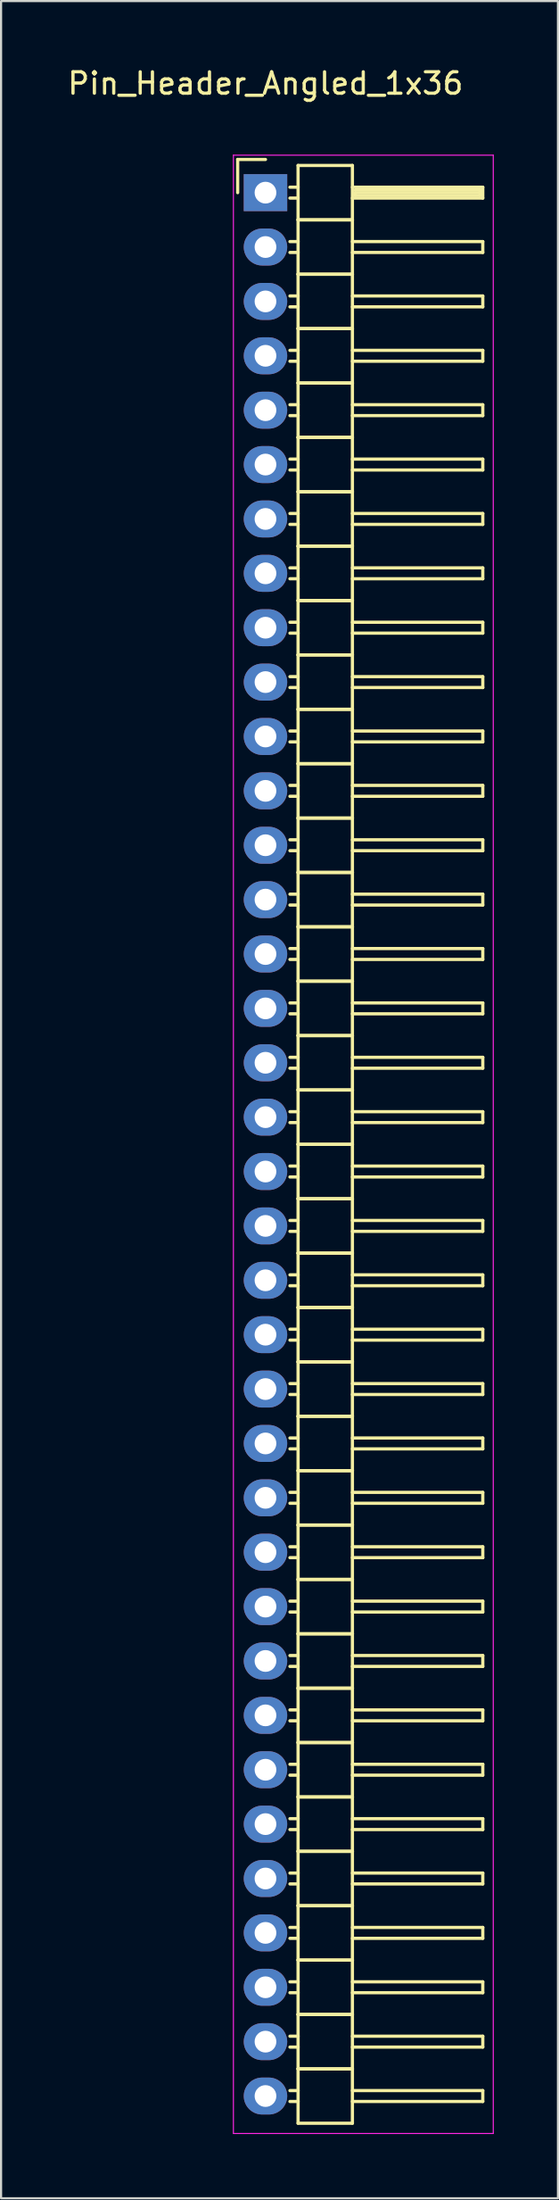
<source format=kicad_pcb>
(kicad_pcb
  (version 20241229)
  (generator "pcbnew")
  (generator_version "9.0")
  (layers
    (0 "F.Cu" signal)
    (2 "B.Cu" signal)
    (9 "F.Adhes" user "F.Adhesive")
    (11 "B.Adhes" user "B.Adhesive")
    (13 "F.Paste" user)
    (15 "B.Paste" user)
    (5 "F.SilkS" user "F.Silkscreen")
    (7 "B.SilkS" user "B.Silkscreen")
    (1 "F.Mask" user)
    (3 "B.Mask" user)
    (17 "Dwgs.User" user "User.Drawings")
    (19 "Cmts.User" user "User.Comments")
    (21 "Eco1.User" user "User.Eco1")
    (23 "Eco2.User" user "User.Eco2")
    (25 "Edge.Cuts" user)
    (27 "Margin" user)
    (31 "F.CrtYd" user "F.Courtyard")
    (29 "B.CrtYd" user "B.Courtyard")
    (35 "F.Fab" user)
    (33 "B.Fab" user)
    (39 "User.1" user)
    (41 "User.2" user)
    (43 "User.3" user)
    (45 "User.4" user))
  (footprint "Pin_Header_Angled_1x36"
    (layer "F.Cu")
    (at 9.363 5.948)
    (property "Reference" "Pin_Header_Angled_1x36" (at 0 -5.1 0) (layer "F.SilkS") (effects (font (size 1 1) (thickness 0.15))))
    (attr through_hole)
    (fp_line (start -1.3 -1.55) (end -1.3 0) (stroke (width 0.15) (type solid)) (layer "F.SilkS"))
    (fp_line (start 0 -1.55) (end -1.3 -1.55) (stroke (width 0.15) (type solid)) (layer "F.SilkS"))
    (fp_line (start 1.524 -1.27) (end 1.524 1.27) (stroke (width 0.15) (type solid)) (layer "F.SilkS"))
    (fp_line (start 1.524 -1.27) (end 4.064 -1.27) (stroke (width 0.15) (type solid)) (layer "F.SilkS"))
    (fp_line (start 1.524 -0.254) (end 1.143 -0.254) (stroke (width 0.15) (type solid)) (layer "F.SilkS"))
    (fp_line (start 1.524 0.254) (end 1.143 0.254) (stroke (width 0.15) (type solid)) (layer "F.SilkS"))
    (fp_line (start 1.524 1.27) (end 1.524 3.81) (stroke (width 0.15) (type solid)) (layer "F.SilkS"))
    (fp_line (start 1.524 1.27) (end 4.064 1.27) (stroke (width 0.15) (type solid)) (layer "F.SilkS"))
    (fp_line (start 1.524 1.27) (end 4.064 1.27) (stroke (width 0.15) (type solid)) (layer "F.SilkS"))
    (fp_line (start 1.524 2.286) (end 1.143 2.286) (stroke (width 0.15) (type solid)) (layer "F.SilkS"))
    (fp_line (start 1.524 2.794) (end 1.143 2.794) (stroke (width 0.15) (type solid)) (layer "F.SilkS"))
    (fp_line (start 1.524 3.81) (end 1.524 6.35) (stroke (width 0.15) (type solid)) (layer "F.SilkS"))
    (fp_line (start 1.524 3.81) (end 4.064 3.81) (stroke (width 0.15) (type solid)) (layer "F.SilkS"))
    (fp_line (start 1.524 3.81) (end 4.064 3.81) (stroke (width 0.15) (type solid)) (layer "F.SilkS"))
    (fp_line (start 1.524 4.826) (end 1.143 4.826) (stroke (width 0.15) (type solid)) (layer "F.SilkS"))
    (fp_line (start 1.524 5.334) (end 1.143 5.334) (stroke (width 0.15) (type solid)) (layer "F.SilkS"))
    (fp_line (start 1.524 6.35) (end 1.524 8.89) (stroke (width 0.15) (type solid)) (layer "F.SilkS"))
    (fp_line (start 1.524 6.35) (end 4.064 6.35) (stroke (width 0.15) (type solid)) (layer "F.SilkS"))
    (fp_line (start 1.524 6.35) (end 4.064 6.35) (stroke (width 0.15) (type solid)) (layer "F.SilkS"))
    (fp_line (start 1.524 7.366) (end 1.143 7.366) (stroke (width 0.15) (type solid)) (layer "F.SilkS"))
    (fp_line (start 1.524 7.874) (end 1.143 7.874) (stroke (width 0.15) (type solid)) (layer "F.SilkS"))
    (fp_line (start 1.524 8.89) (end 1.524 11.43) (stroke (width 0.15) (type solid)) (layer "F.SilkS"))
    (fp_line (start 1.524 8.89) (end 4.064 8.89) (stroke (width 0.15) (type solid)) (layer "F.SilkS"))
    (fp_line (start 1.524 8.89) (end 4.064 8.89) (stroke (width 0.15) (type solid)) (layer "F.SilkS"))
    (fp_line (start 1.524 9.906) (end 1.143 9.906) (stroke (width 0.15) (type solid)) (layer "F.SilkS"))
    (fp_line (start 1.524 10.414) (end 1.143 10.414) (stroke (width 0.15) (type solid)) (layer "F.SilkS"))
    (fp_line (start 1.524 11.43) (end 1.524 13.97) (stroke (width 0.15) (type solid)) (layer "F.SilkS"))
    (fp_line (start 1.524 11.43) (end 4.064 11.43) (stroke (width 0.15) (type solid)) (layer "F.SilkS"))
    (fp_line (start 1.524 11.43) (end 4.064 11.43) (stroke (width 0.15) (type solid)) (layer "F.SilkS"))
    (fp_line (start 1.524 12.446) (end 1.143 12.446) (stroke (width 0.15) (type solid)) (layer "F.SilkS"))
    (fp_line (start 1.524 12.954) (end 1.143 12.954) (stroke (width 0.15) (type solid)) (layer "F.SilkS"))
    (fp_line (start 1.524 13.97) (end 1.524 16.51) (stroke (width 0.15) (type solid)) (layer "F.SilkS"))
    (fp_line (start 1.524 13.97) (end 4.064 13.97) (stroke (width 0.15) (type solid)) (layer "F.SilkS"))
    (fp_line (start 1.524 13.97) (end 4.064 13.97) (stroke (width 0.15) (type solid)) (layer "F.SilkS"))
    (fp_line (start 1.524 14.986) (end 1.143 14.986) (stroke (width 0.15) (type solid)) (layer "F.SilkS"))
    (fp_line (start 1.524 15.494) (end 1.143 15.494) (stroke (width 0.15) (type solid)) (layer "F.SilkS"))
    (fp_line (start 1.524 16.51) (end 1.524 19.05) (stroke (width 0.15) (type solid)) (layer "F.SilkS"))
    (fp_line (start 1.524 16.51) (end 4.064 16.51) (stroke (width 0.15) (type solid)) (layer "F.SilkS"))
    (fp_line (start 1.524 16.51) (end 4.064 16.51) (stroke (width 0.15) (type solid)) (layer "F.SilkS"))
    (fp_line (start 1.524 17.526) (end 1.143 17.526) (stroke (width 0.15) (type solid)) (layer "F.SilkS"))
    (fp_line (start 1.524 18.034) (end 1.143 18.034) (stroke (width 0.15) (type solid)) (layer "F.SilkS"))
    (fp_line (start 1.524 19.05) (end 1.524 21.59) (stroke (width 0.15) (type solid)) (layer "F.SilkS"))
    (fp_line (start 1.524 19.05) (end 4.064 19.05) (stroke (width 0.15) (type solid)) (layer "F.SilkS"))
    (fp_line (start 1.524 19.05) (end 4.064 19.05) (stroke (width 0.15) (type solid)) (layer "F.SilkS"))
    (fp_line (start 1.524 20.066) (end 1.143 20.066) (stroke (width 0.15) (type solid)) (layer "F.SilkS"))
    (fp_line (start 1.524 20.574) (end 1.143 20.574) (stroke (width 0.15) (type solid)) (layer "F.SilkS"))
    (fp_line (start 1.524 21.59) (end 1.524 24.13) (stroke (width 0.15) (type solid)) (layer "F.SilkS"))
    (fp_line (start 1.524 21.59) (end 4.064 21.59) (stroke (width 0.15) (type solid)) (layer "F.SilkS"))
    (fp_line (start 1.524 21.59) (end 4.064 21.59) (stroke (width 0.15) (type solid)) (layer "F.SilkS"))
    (fp_line (start 1.524 22.606) (end 1.143 22.606) (stroke (width 0.15) (type solid)) (layer "F.SilkS"))
    (fp_line (start 1.524 23.114) (end 1.143 23.114) (stroke (width 0.15) (type solid)) (layer "F.SilkS"))
    (fp_line (start 1.524 24.13) (end 1.524 26.67) (stroke (width 0.15) (type solid)) (layer "F.SilkS"))
    (fp_line (start 1.524 24.13) (end 4.064 24.13) (stroke (width 0.15) (type solid)) (layer "F.SilkS"))
    (fp_line (start 1.524 24.13) (end 4.064 24.13) (stroke (width 0.15) (type solid)) (layer "F.SilkS"))
    (fp_line (start 1.524 25.146) (end 1.143 25.146) (stroke (width 0.15) (type solid)) (layer "F.SilkS"))
    (fp_line (start 1.524 25.654) (end 1.143 25.654) (stroke (width 0.15) (type solid)) (layer "F.SilkS"))
    (fp_line (start 1.524 26.67) (end 1.524 29.21) (stroke (width 0.15) (type solid)) (layer "F.SilkS"))
    (fp_line (start 1.524 26.67) (end 4.064 26.67) (stroke (width 0.15) (type solid)) (layer "F.SilkS"))
    (fp_line (start 1.524 26.67) (end 4.064 26.67) (stroke (width 0.15) (type solid)) (layer "F.SilkS"))
    (fp_line (start 1.524 27.686) (end 1.143 27.686) (stroke (width 0.15) (type solid)) (layer "F.SilkS"))
    (fp_line (start 1.524 28.194) (end 1.143 28.194) (stroke (width 0.15) (type solid)) (layer "F.SilkS"))
    (fp_line (start 1.524 29.21) (end 1.524 31.75) (stroke (width 0.15) (type solid)) (layer "F.SilkS"))
    (fp_line (start 1.524 29.21) (end 4.064 29.21) (stroke (width 0.15) (type solid)) (layer "F.SilkS"))
    (fp_line (start 1.524 29.21) (end 4.064 29.21) (stroke (width 0.15) (type solid)) (layer "F.SilkS"))
    (fp_line (start 1.524 30.226) (end 1.143 30.226) (stroke (width 0.15) (type solid)) (layer "F.SilkS"))
    (fp_line (start 1.524 30.734) (end 1.143 30.734) (stroke (width 0.15) (type solid)) (layer "F.SilkS"))
    (fp_line (start 1.524 31.75) (end 1.524 34.29) (stroke (width 0.15) (type solid)) (layer "F.SilkS"))
    (fp_line (start 1.524 31.75) (end 4.064 31.75) (stroke (width 0.15) (type solid)) (layer "F.SilkS"))
    (fp_line (start 1.524 31.75) (end 4.064 31.75) (stroke (width 0.15) (type solid)) (layer "F.SilkS"))
    (fp_line (start 1.524 32.766) (end 1.143 32.766) (stroke (width 0.15) (type solid)) (layer "F.SilkS"))
    (fp_line (start 1.524 33.274) (end 1.143 33.274) (stroke (width 0.15) (type solid)) (layer "F.SilkS"))
    (fp_line (start 1.524 34.29) (end 1.524 36.83) (stroke (width 0.15) (type solid)) (layer "F.SilkS"))
    (fp_line (start 1.524 34.29) (end 4.064 34.29) (stroke (width 0.15) (type solid)) (layer "F.SilkS"))
    (fp_line (start 1.524 34.29) (end 4.064 34.29) (stroke (width 0.15) (type solid)) (layer "F.SilkS"))
    (fp_line (start 1.524 35.306) (end 1.143 35.306) (stroke (width 0.15) (type solid)) (layer "F.SilkS"))
    (fp_line (start 1.524 35.814) (end 1.143 35.814) (stroke (width 0.15) (type solid)) (layer "F.SilkS"))
    (fp_line (start 1.524 36.83) (end 1.524 39.37) (stroke (width 0.15) (type solid)) (layer "F.SilkS"))
    (fp_line (start 1.524 36.83) (end 4.064 36.83) (stroke (width 0.15) (type solid)) (layer "F.SilkS"))
    (fp_line (start 1.524 36.83) (end 4.064 36.83) (stroke (width 0.15) (type solid)) (layer "F.SilkS"))
    (fp_line (start 1.524 37.846) (end 1.143 37.846) (stroke (width 0.15) (type solid)) (layer "F.SilkS"))
    (fp_line (start 1.524 38.354) (end 1.143 38.354) (stroke (width 0.15) (type solid)) (layer "F.SilkS"))
    (fp_line (start 1.524 39.37) (end 1.524 41.91) (stroke (width 0.15) (type solid)) (layer "F.SilkS"))
    (fp_line (start 1.524 39.37) (end 4.064 39.37) (stroke (width 0.15) (type solid)) (layer "F.SilkS"))
    (fp_line (start 1.524 39.37) (end 4.064 39.37) (stroke (width 0.15) (type solid)) (layer "F.SilkS"))
    (fp_line (start 1.524 40.386) (end 1.143 40.386) (stroke (width 0.15) (type solid)) (layer "F.SilkS"))
    (fp_line (start 1.524 40.894) (end 1.143 40.894) (stroke (width 0.15) (type solid)) (layer "F.SilkS"))
    (fp_line (start 1.524 41.91) (end 1.524 44.45) (stroke (width 0.15) (type solid)) (layer "F.SilkS"))
    (fp_line (start 1.524 41.91) (end 4.064 41.91) (stroke (width 0.15) (type solid)) (layer "F.SilkS"))
    (fp_line (start 1.524 41.91) (end 4.064 41.91) (stroke (width 0.15) (type solid)) (layer "F.SilkS"))
    (fp_line (start 1.524 42.926) (end 1.143 42.926) (stroke (width 0.15) (type solid)) (layer "F.SilkS"))
    (fp_line (start 1.524 43.434) (end 1.143 43.434) (stroke (width 0.15) (type solid)) (layer "F.SilkS"))
    (fp_line (start 1.524 44.45) (end 1.524 46.99) (stroke (width 0.15) (type solid)) (layer "F.SilkS"))
    (fp_line (start 1.524 44.45) (end 4.064 44.45) (stroke (width 0.15) (type solid)) (layer "F.SilkS"))
    (fp_line (start 1.524 44.45) (end 4.064 44.45) (stroke (width 0.15) (type solid)) (layer "F.SilkS"))
    (fp_line (start 1.524 45.466) (end 1.143 45.466) (stroke (width 0.15) (type solid)) (layer "F.SilkS"))
    (fp_line (start 1.524 45.974) (end 1.143 45.974) (stroke (width 0.15) (type solid)) (layer "F.SilkS"))
    (fp_line (start 1.524 46.99) (end 1.524 49.53) (stroke (width 0.15) (type solid)) (layer "F.SilkS"))
    (fp_line (start 1.524 46.99) (end 4.064 46.99) (stroke (width 0.15) (type solid)) (layer "F.SilkS"))
    (fp_line (start 1.524 46.99) (end 4.064 46.99) (stroke (width 0.15) (type solid)) (layer "F.SilkS"))
    (fp_line (start 1.524 48.006) (end 1.143 48.006) (stroke (width 0.15) (type solid)) (layer "F.SilkS"))
    (fp_line (start 1.524 48.514) (end 1.143 48.514) (stroke (width 0.15) (type solid)) (layer "F.SilkS"))
    (fp_line (start 1.524 49.53) (end 1.524 52.07) (stroke (width 0.15) (type solid)) (layer "F.SilkS"))
    (fp_line (start 1.524 49.53) (end 4.064 49.53) (stroke (width 0.15) (type solid)) (layer "F.SilkS"))
    (fp_line (start 1.524 49.53) (end 4.064 49.53) (stroke (width 0.15) (type solid)) (layer "F.SilkS"))
    (fp_line (start 1.524 50.546) (end 1.143 50.546) (stroke (width 0.15) (type solid)) (layer "F.SilkS"))
    (fp_line (start 1.524 51.054) (end 1.143 51.054) (stroke (width 0.15) (type solid)) (layer "F.SilkS"))
    (fp_line (start 1.524 52.07) (end 1.524 54.61) (stroke (width 0.15) (type solid)) (layer "F.SilkS"))
    (fp_line (start 1.524 52.07) (end 4.064 52.07) (stroke (width 0.15) (type solid)) (layer "F.SilkS"))
    (fp_line (start 1.524 52.07) (end 4.064 52.07) (stroke (width 0.15) (type solid)) (layer "F.SilkS"))
    (fp_line (start 1.524 53.086) (end 1.143 53.086) (stroke (width 0.15) (type solid)) (layer "F.SilkS"))
    (fp_line (start 1.524 53.594) (end 1.143 53.594) (stroke (width 0.15) (type solid)) (layer "F.SilkS"))
    (fp_line (start 1.524 54.61) (end 1.524 57.15) (stroke (width 0.15) (type solid)) (layer "F.SilkS"))
    (fp_line (start 1.524 54.61) (end 4.064 54.61) (stroke (width 0.15) (type solid)) (layer "F.SilkS"))
    (fp_line (start 1.524 54.61) (end 4.064 54.61) (stroke (width 0.15) (type solid)) (layer "F.SilkS"))
    (fp_line (start 1.524 55.626) (end 1.143 55.626) (stroke (width 0.15) (type solid)) (layer "F.SilkS"))
    (fp_line (start 1.524 56.134) (end 1.143 56.134) (stroke (width 0.15) (type solid)) (layer "F.SilkS"))
    (fp_line (start 1.524 57.15) (end 1.524 59.69) (stroke (width 0.15) (type solid)) (layer "F.SilkS"))
    (fp_line (start 1.524 57.15) (end 4.064 57.15) (stroke (width 0.15) (type solid)) (layer "F.SilkS"))
    (fp_line (start 1.524 57.15) (end 4.064 57.15) (stroke (width 0.15) (type solid)) (layer "F.SilkS"))
    (fp_line (start 1.524 58.166) (end 1.143 58.166) (stroke (width 0.15) (type solid)) (layer "F.SilkS"))
    (fp_line (start 1.524 58.674) (end 1.143 58.674) (stroke (width 0.15) (type solid)) (layer "F.SilkS"))
    (fp_line (start 1.524 59.69) (end 1.524 62.23) (stroke (width 0.15) (type solid)) (layer "F.SilkS"))
    (fp_line (start 1.524 59.69) (end 4.064 59.69) (stroke (width 0.15) (type solid)) (layer "F.SilkS"))
    (fp_line (start 1.524 59.69) (end 4.064 59.69) (stroke (width 0.15) (type solid)) (layer "F.SilkS"))
    (fp_line (start 1.524 60.706) (end 1.143 60.706) (stroke (width 0.15) (type solid)) (layer "F.SilkS"))
    (fp_line (start 1.524 61.214) (end 1.143 61.214) (stroke (width 0.15) (type solid)) (layer "F.SilkS"))
    (fp_line (start 1.524 62.23) (end 1.524 64.77) (stroke (width 0.15) (type solid)) (layer "F.SilkS"))
    (fp_line (start 1.524 62.23) (end 4.064 62.23) (stroke (width 0.15) (type solid)) (layer "F.SilkS"))
    (fp_line (start 1.524 62.23) (end 4.064 62.23) (stroke (width 0.15) (type solid)) (layer "F.SilkS"))
    (fp_line (start 1.524 63.246) (end 1.143 63.246) (stroke (width 0.15) (type solid)) (layer "F.SilkS"))
    (fp_line (start 1.524 63.754) (end 1.143 63.754) (stroke (width 0.15) (type solid)) (layer "F.SilkS"))
    (fp_line (start 1.524 64.77) (end 1.524 67.31) (stroke (width 0.15) (type solid)) (layer "F.SilkS"))
    (fp_line (start 1.524 64.77) (end 4.064 64.77) (stroke (width 0.15) (type solid)) (layer "F.SilkS"))
    (fp_line (start 1.524 64.77) (end 4.064 64.77) (stroke (width 0.15) (type solid)) (layer "F.SilkS"))
    (fp_line (start 1.524 65.786) (end 1.143 65.786) (stroke (width 0.15) (type solid)) (layer "F.SilkS"))
    (fp_line (start 1.524 66.294) (end 1.143 66.294) (stroke (width 0.15) (type solid)) (layer "F.SilkS"))
    (fp_line (start 1.524 67.31) (end 1.524 69.85) (stroke (width 0.15) (type solid)) (layer "F.SilkS"))
    (fp_line (start 1.524 67.31) (end 4.064 67.31) (stroke (width 0.15) (type solid)) (layer "F.SilkS"))
    (fp_line (start 1.524 67.31) (end 4.064 67.31) (stroke (width 0.15) (type solid)) (layer "F.SilkS"))
    (fp_line (start 1.524 68.326) (end 1.143 68.326) (stroke (width 0.15) (type solid)) (layer "F.SilkS"))
    (fp_line (start 1.524 68.834) (end 1.143 68.834) (stroke (width 0.15) (type solid)) (layer "F.SilkS"))
    (fp_line (start 1.524 69.85) (end 1.524 72.39) (stroke (width 0.15) (type solid)) (layer "F.SilkS"))
    (fp_line (start 1.524 69.85) (end 4.064 69.85) (stroke (width 0.15) (type solid)) (layer "F.SilkS"))
    (fp_line (start 1.524 69.85) (end 4.064 69.85) (stroke (width 0.15) (type solid)) (layer "F.SilkS"))
    (fp_line (start 1.524 70.866) (end 1.143 70.866) (stroke (width 0.15) (type solid)) (layer "F.SilkS"))
    (fp_line (start 1.524 71.374) (end 1.143 71.374) (stroke (width 0.15) (type solid)) (layer "F.SilkS"))
    (fp_line (start 1.524 72.39) (end 1.524 74.93) (stroke (width 0.15) (type solid)) (layer "F.SilkS"))
    (fp_line (start 1.524 72.39) (end 4.064 72.39) (stroke (width 0.15) (type solid)) (layer "F.SilkS"))
    (fp_line (start 1.524 72.39) (end 4.064 72.39) (stroke (width 0.15) (type solid)) (layer "F.SilkS"))
    (fp_line (start 1.524 73.406) (end 1.143 73.406) (stroke (width 0.15) (type solid)) (layer "F.SilkS"))
    (fp_line (start 1.524 73.914) (end 1.143 73.914) (stroke (width 0.15) (type solid)) (layer "F.SilkS"))
    (fp_line (start 1.524 74.93) (end 1.524 77.47) (stroke (width 0.15) (type solid)) (layer "F.SilkS"))
    (fp_line (start 1.524 74.93) (end 4.064 74.93) (stroke (width 0.15) (type solid)) (layer "F.SilkS"))
    (fp_line (start 1.524 74.93) (end 4.064 74.93) (stroke (width 0.15) (type solid)) (layer "F.SilkS"))
    (fp_line (start 1.524 75.946) (end 1.143 75.946) (stroke (width 0.15) (type solid)) (layer "F.SilkS"))
    (fp_line (start 1.524 76.454) (end 1.143 76.454) (stroke (width 0.15) (type solid)) (layer "F.SilkS"))
    (fp_line (start 1.524 77.47) (end 1.524 80.01) (stroke (width 0.15) (type solid)) (layer "F.SilkS"))
    (fp_line (start 1.524 77.47) (end 4.064 77.47) (stroke (width 0.15) (type solid)) (layer "F.SilkS"))
    (fp_line (start 1.524 77.47) (end 4.064 77.47) (stroke (width 0.15) (type solid)) (layer "F.SilkS"))
    (fp_line (start 1.524 78.486) (end 1.143 78.486) (stroke (width 0.15) (type solid)) (layer "F.SilkS"))
    (fp_line (start 1.524 78.994) (end 1.143 78.994) (stroke (width 0.15) (type solid)) (layer "F.SilkS"))
    (fp_line (start 1.524 80.01) (end 1.524 82.55) (stroke (width 0.15) (type solid)) (layer "F.SilkS"))
    (fp_line (start 1.524 80.01) (end 4.064 80.01) (stroke (width 0.15) (type solid)) (layer "F.SilkS"))
    (fp_line (start 1.524 80.01) (end 4.064 80.01) (stroke (width 0.15) (type solid)) (layer "F.SilkS"))
    (fp_line (start 1.524 81.026) (end 1.143 81.026) (stroke (width 0.15) (type solid)) (layer "F.SilkS"))
    (fp_line (start 1.524 81.534) (end 1.143 81.534) (stroke (width 0.15) (type solid)) (layer "F.SilkS"))
    (fp_line (start 1.524 82.55) (end 1.524 85.09) (stroke (width 0.15) (type solid)) (layer "F.SilkS"))
    (fp_line (start 1.524 82.55) (end 4.064 82.55) (stroke (width 0.15) (type solid)) (layer "F.SilkS"))
    (fp_line (start 1.524 82.55) (end 4.064 82.55) (stroke (width 0.15) (type solid)) (layer "F.SilkS"))
    (fp_line (start 1.524 83.566) (end 1.143 83.566) (stroke (width 0.15) (type solid)) (layer "F.SilkS"))
    (fp_line (start 1.524 84.074) (end 1.143 84.074) (stroke (width 0.15) (type solid)) (layer "F.SilkS"))
    (fp_line (start 1.524 85.09) (end 1.524 87.63) (stroke (width 0.15) (type solid)) (layer "F.SilkS"))
    (fp_line (start 1.524 85.09) (end 4.064 85.09) (stroke (width 0.15) (type solid)) (layer "F.SilkS"))
    (fp_line (start 1.524 85.09) (end 4.064 85.09) (stroke (width 0.15) (type solid)) (layer "F.SilkS"))
    (fp_line (start 1.524 86.106) (end 1.143 86.106) (stroke (width 0.15) (type solid)) (layer "F.SilkS"))
    (fp_line (start 1.524 86.614) (end 1.143 86.614) (stroke (width 0.15) (type solid)) (layer "F.SilkS"))
    (fp_line (start 1.524 87.63) (end 1.524 90.17) (stroke (width 0.15) (type solid)) (layer "F.SilkS"))
    (fp_line (start 1.524 87.63) (end 4.064 87.63) (stroke (width 0.15) (type solid)) (layer "F.SilkS"))
    (fp_line (start 1.524 87.63) (end 4.064 87.63) (stroke (width 0.15) (type solid)) (layer "F.SilkS"))
    (fp_line (start 1.524 88.646) (end 1.143 88.646) (stroke (width 0.15) (type solid)) (layer "F.SilkS"))
    (fp_line (start 1.524 89.154) (end 1.143 89.154) (stroke (width 0.15) (type solid)) (layer "F.SilkS"))
    (fp_line (start 1.524 90.17) (end 4.064 90.17) (stroke (width 0.15) (type solid)) (layer "F.SilkS"))
    (fp_line (start 4.064 -0.254) (end 10.16 -0.254) (stroke (width 0.15) (type solid)) (layer "F.SilkS"))
    (fp_line (start 4.064 1.27) (end 4.064 -1.27) (stroke (width 0.15) (type solid)) (layer "F.SilkS"))
    (fp_line (start 4.064 2.286) (end 10.16 2.286) (stroke (width 0.15) (type solid)) (layer "F.SilkS"))
    (fp_line (start 4.064 3.81) (end 4.064 1.27) (stroke (width 0.15) (type solid)) (layer "F.SilkS"))
    (fp_line (start 4.064 4.826) (end 10.16 4.826) (stroke (width 0.15) (type solid)) (layer "F.SilkS"))
    (fp_line (start 4.064 6.35) (end 4.064 3.81) (stroke (width 0.15) (type solid)) (layer "F.SilkS"))
    (fp_line (start 4.064 7.366) (end 10.16 7.366) (stroke (width 0.15) (type solid)) (layer "F.SilkS"))
    (fp_line (start 4.064 8.89) (end 4.064 6.35) (stroke (width 0.15) (type solid)) (layer "F.SilkS"))
    (fp_line (start 4.064 9.906) (end 10.16 9.906) (stroke (width 0.15) (type solid)) (layer "F.SilkS"))
    (fp_line (start 4.064 11.43) (end 4.064 8.89) (stroke (width 0.15) (type solid)) (layer "F.SilkS"))
    (fp_line (start 4.064 12.446) (end 10.16 12.446) (stroke (width 0.15) (type solid)) (layer "F.SilkS"))
    (fp_line (start 4.064 13.97) (end 4.064 11.43) (stroke (width 0.15) (type solid)) (layer "F.SilkS"))
    (fp_line (start 4.064 14.986) (end 10.16 14.986) (stroke (width 0.15) (type solid)) (layer "F.SilkS"))
    (fp_line (start 4.064 16.51) (end 4.064 13.97) (stroke (width 0.15) (type solid)) (layer "F.SilkS"))
    (fp_line (start 4.064 17.526) (end 10.16 17.526) (stroke (width 0.15) (type solid)) (layer "F.SilkS"))
    (fp_line (start 4.064 19.05) (end 4.064 16.51) (stroke (width 0.15) (type solid)) (layer "F.SilkS"))
    (fp_line (start 4.064 20.066) (end 10.16 20.066) (stroke (width 0.15) (type solid)) (layer "F.SilkS"))
    (fp_line (start 4.064 21.59) (end 4.064 19.05) (stroke (width 0.15) (type solid)) (layer "F.SilkS"))
    (fp_line (start 4.064 22.606) (end 10.16 22.606) (stroke (width 0.15) (type solid)) (layer "F.SilkS"))
    (fp_line (start 4.064 24.13) (end 4.064 21.59) (stroke (width 0.15) (type solid)) (layer "F.SilkS"))
    (fp_line (start 4.064 25.146) (end 10.16 25.146) (stroke (width 0.15) (type solid)) (layer "F.SilkS"))
    (fp_line (start 4.064 26.67) (end 4.064 24.13) (stroke (width 0.15) (type solid)) (layer "F.SilkS"))
    (fp_line (start 4.064 27.686) (end 10.16 27.686) (stroke (width 0.15) (type solid)) (layer "F.SilkS"))
    (fp_line (start 4.064 29.21) (end 4.064 26.67) (stroke (width 0.15) (type solid)) (layer "F.SilkS"))
    (fp_line (start 4.064 30.226) (end 10.16 30.226) (stroke (width 0.15) (type solid)) (layer "F.SilkS"))
    (fp_line (start 4.064 31.75) (end 4.064 29.21) (stroke (width 0.15) (type solid)) (layer "F.SilkS"))
    (fp_line (start 4.064 32.766) (end 10.16 32.766) (stroke (width 0.15) (type solid)) (layer "F.SilkS"))
    (fp_line (start 4.064 34.29) (end 4.064 31.75) (stroke (width 0.15) (type solid)) (layer "F.SilkS"))
    (fp_line (start 4.064 35.306) (end 10.16 35.306) (stroke (width 0.15) (type solid)) (layer "F.SilkS"))
    (fp_line (start 4.064 36.83) (end 4.064 34.29) (stroke (width 0.15) (type solid)) (layer "F.SilkS"))
    (fp_line (start 4.064 37.846) (end 10.16 37.846) (stroke (width 0.15) (type solid)) (layer "F.SilkS"))
    (fp_line (start 4.064 39.37) (end 4.064 36.83) (stroke (width 0.15) (type solid)) (layer "F.SilkS"))
    (fp_line (start 4.064 40.386) (end 10.16 40.386) (stroke (width 0.15) (type solid)) (layer "F.SilkS"))
    (fp_line (start 4.064 41.91) (end 4.064 39.37) (stroke (width 0.15) (type solid)) (layer "F.SilkS"))
    (fp_line (start 4.064 42.926) (end 10.16 42.926) (stroke (width 0.15) (type solid)) (layer "F.SilkS"))
    (fp_line (start 4.064 44.45) (end 4.064 41.91) (stroke (width 0.15) (type solid)) (layer "F.SilkS"))
    (fp_line (start 4.064 45.466) (end 10.16 45.466) (stroke (width 0.15) (type solid)) (layer "F.SilkS"))
    (fp_line (start 4.064 46.99) (end 4.064 44.45) (stroke (width 0.15) (type solid)) (layer "F.SilkS"))
    (fp_line (start 4.064 48.006) (end 10.16 48.006) (stroke (width 0.15) (type solid)) (layer "F.SilkS"))
    (fp_line (start 4.064 49.53) (end 4.064 46.99) (stroke (width 0.15) (type solid)) (layer "F.SilkS"))
    (fp_line (start 4.064 50.546) (end 10.16 50.546) (stroke (width 0.15) (type solid)) (layer "F.SilkS"))
    (fp_line (start 4.064 52.07) (end 4.064 49.53) (stroke (width 0.15) (type solid)) (layer "F.SilkS"))
    (fp_line (start 4.064 53.086) (end 10.16 53.086) (stroke (width 0.15) (type solid)) (layer "F.SilkS"))
    (fp_line (start 4.064 54.61) (end 4.064 52.07) (stroke (width 0.15) (type solid)) (layer "F.SilkS"))
    (fp_line (start 4.064 55.626) (end 10.16 55.626) (stroke (width 0.15) (type solid)) (layer "F.SilkS"))
    (fp_line (start 4.064 57.15) (end 4.064 54.61) (stroke (width 0.15) (type solid)) (layer "F.SilkS"))
    (fp_line (start 4.064 58.166) (end 10.16 58.166) (stroke (width 0.15) (type solid)) (layer "F.SilkS"))
    (fp_line (start 4.064 59.69) (end 4.064 57.15) (stroke (width 0.15) (type solid)) (layer "F.SilkS"))
    (fp_line (start 4.064 60.706) (end 10.16 60.706) (stroke (width 0.15) (type solid)) (layer "F.SilkS"))
    (fp_line (start 4.064 62.23) (end 4.064 59.69) (stroke (width 0.15) (type solid)) (layer "F.SilkS"))
    (fp_line (start 4.064 63.246) (end 10.16 63.246) (stroke (width 0.15) (type solid)) (layer "F.SilkS"))
    (fp_line (start 4.064 64.77) (end 4.064 62.23) (stroke (width 0.15) (type solid)) (layer "F.SilkS"))
    (fp_line (start 4.064 65.786) (end 10.16 65.786) (stroke (width 0.15) (type solid)) (layer "F.SilkS"))
    (fp_line (start 4.064 67.31) (end 4.064 64.77) (stroke (width 0.15) (type solid)) (layer "F.SilkS"))
    (fp_line (start 4.064 68.326) (end 10.16 68.326) (stroke (width 0.15) (type solid)) (layer "F.SilkS"))
    (fp_line (start 4.064 69.85) (end 4.064 67.31) (stroke (width 0.15) (type solid)) (layer "F.SilkS"))
    (fp_line (start 4.064 70.866) (end 10.16 70.866) (stroke (width 0.15) (type solid)) (layer "F.SilkS"))
    (fp_line (start 4.064 72.39) (end 4.064 69.85) (stroke (width 0.15) (type solid)) (layer "F.SilkS"))
    (fp_line (start 4.064 73.406) (end 10.16 73.406) (stroke (width 0.15) (type solid)) (layer "F.SilkS"))
    (fp_line (start 4.064 74.93) (end 4.064 72.39) (stroke (width 0.15) (type solid)) (layer "F.SilkS"))
    (fp_line (start 4.064 75.946) (end 10.16 75.946) (stroke (width 0.15) (type solid)) (layer "F.SilkS"))
    (fp_line (start 4.064 77.47) (end 4.064 74.93) (stroke (width 0.15) (type solid)) (layer "F.SilkS"))
    (fp_line (start 4.064 78.486) (end 10.16 78.486) (stroke (width 0.15) (type solid)) (layer "F.SilkS"))
    (fp_line (start 4.064 80.01) (end 4.064 77.47) (stroke (width 0.15) (type solid)) (layer "F.SilkS"))
    (fp_line (start 4.064 81.026) (end 10.16 81.026) (stroke (width 0.15) (type solid)) (layer "F.SilkS"))
    (fp_line (start 4.064 82.55) (end 4.064 80.01) (stroke (width 0.15) (type solid)) (layer "F.SilkS"))
    (fp_line (start 4.064 83.566) (end 10.16 83.566) (stroke (width 0.15) (type solid)) (layer "F.SilkS"))
    (fp_line (start 4.064 85.09) (end 4.064 82.55) (stroke (width 0.15) (type solid)) (layer "F.SilkS"))
    (fp_line (start 4.064 86.106) (end 10.16 86.106) (stroke (width 0.15) (type solid)) (layer "F.SilkS"))
    (fp_line (start 4.064 87.63) (end 4.064 85.09) (stroke (width 0.15) (type solid)) (layer "F.SilkS"))
    (fp_line (start 4.064 88.646) (end 10.16 88.646) (stroke (width 0.15) (type solid)) (layer "F.SilkS"))
    (fp_line (start 4.064 90.17) (end 4.064 87.63) (stroke (width 0.15) (type solid)) (layer "F.SilkS"))
    (fp_line (start 4.191 -0.127) (end 10.033 -0.127) (stroke (width 0.15) (type solid)) (layer "F.SilkS"))
    (fp_line (start 4.191 0) (end 10.033 0) (stroke (width 0.15) (type solid)) (layer "F.SilkS"))
    (fp_line (start 4.191 0.127) (end 4.191 0) (stroke (width 0.15) (type solid)) (layer "F.SilkS"))
    (fp_line (start 10.033 -0.127) (end 10.033 0.127) (stroke (width 0.15) (type solid)) (layer "F.SilkS"))
    (fp_line (start 10.033 0.127) (end 4.191 0.127) (stroke (width 0.15) (type solid)) (layer "F.SilkS"))
    (fp_line (start 10.16 -0.254) (end 10.16 0.254) (stroke (width 0.15) (type solid)) (layer "F.SilkS"))
    (fp_line (start 10.16 0.254) (end 4.064 0.254) (stroke (width 0.15) (type solid)) (layer "F.SilkS"))
    (fp_line (start 10.16 2.286) (end 10.16 2.794) (stroke (width 0.15) (type solid)) (layer "F.SilkS"))
    (fp_line (start 10.16 2.794) (end 4.064 2.794) (stroke (width 0.15) (type solid)) (layer "F.SilkS"))
    (fp_line (start 10.16 4.826) (end 10.16 5.334) (stroke (width 0.15) (type solid)) (layer "F.SilkS"))
    (fp_line (start 10.16 5.334) (end 4.064 5.334) (stroke (width 0.15) (type solid)) (layer "F.SilkS"))
    (fp_line (start 10.16 7.366) (end 10.16 7.874) (stroke (width 0.15) (type solid)) (layer "F.SilkS"))
    (fp_line (start 10.16 7.874) (end 4.064 7.874) (stroke (width 0.15) (type solid)) (layer "F.SilkS"))
    (fp_line (start 10.16 9.906) (end 10.16 10.414) (stroke (width 0.15) (type solid)) (layer "F.SilkS"))
    (fp_line (start 10.16 10.414) (end 4.064 10.414) (stroke (width 0.15) (type solid)) (layer "F.SilkS"))
    (fp_line (start 10.16 12.446) (end 10.16 12.954) (stroke (width 0.15) (type solid)) (layer "F.SilkS"))
    (fp_line (start 10.16 12.954) (end 4.064 12.954) (stroke (width 0.15) (type solid)) (layer "F.SilkS"))
    (fp_line (start 10.16 14.986) (end 10.16 15.494) (stroke (width 0.15) (type solid)) (layer "F.SilkS"))
    (fp_line (start 10.16 15.494) (end 4.064 15.494) (stroke (width 0.15) (type solid)) (layer "F.SilkS"))
    (fp_line (start 10.16 17.526) (end 10.16 18.034) (stroke (width 0.15) (type solid)) (layer "F.SilkS"))
    (fp_line (start 10.16 18.034) (end 4.064 18.034) (stroke (width 0.15) (type solid)) (layer "F.SilkS"))
    (fp_line (start 10.16 20.066) (end 10.16 20.574) (stroke (width 0.15) (type solid)) (layer "F.SilkS"))
    (fp_line (start 10.16 20.574) (end 4.064 20.574) (stroke (width 0.15) (type solid)) (layer "F.SilkS"))
    (fp_line (start 10.16 22.606) (end 10.16 23.114) (stroke (width 0.15) (type solid)) (layer "F.SilkS"))
    (fp_line (start 10.16 23.114) (end 4.064 23.114) (stroke (width 0.15) (type solid)) (layer "F.SilkS"))
    (fp_line (start 10.16 25.146) (end 10.16 25.654) (stroke (width 0.15) (type solid)) (layer "F.SilkS"))
    (fp_line (start 10.16 25.654) (end 4.064 25.654) (stroke (width 0.15) (type solid)) (layer "F.SilkS"))
    (fp_line (start 10.16 27.686) (end 10.16 28.194) (stroke (width 0.15) (type solid)) (layer "F.SilkS"))
    (fp_line (start 10.16 28.194) (end 4.064 28.194) (stroke (width 0.15) (type solid)) (layer "F.SilkS"))
    (fp_line (start 10.16 30.226) (end 10.16 30.734) (stroke (width 0.15) (type solid)) (layer "F.SilkS"))
    (fp_line (start 10.16 30.734) (end 4.064 30.734) (stroke (width 0.15) (type solid)) (layer "F.SilkS"))
    (fp_line (start 10.16 32.766) (end 10.16 33.274) (stroke (width 0.15) (type solid)) (layer "F.SilkS"))
    (fp_line (start 10.16 33.274) (end 4.064 33.274) (stroke (width 0.15) (type solid)) (layer "F.SilkS"))
    (fp_line (start 10.16 35.306) (end 10.16 35.814) (stroke (width 0.15) (type solid)) (layer "F.SilkS"))
    (fp_line (start 10.16 35.814) (end 4.064 35.814) (stroke (width 0.15) (type solid)) (layer "F.SilkS"))
    (fp_line (start 10.16 37.846) (end 10.16 38.354) (stroke (width 0.15) (type solid)) (layer "F.SilkS"))
    (fp_line (start 10.16 38.354) (end 4.064 38.354) (stroke (width 0.15) (type solid)) (layer "F.SilkS"))
    (fp_line (start 10.16 40.386) (end 10.16 40.894) (stroke (width 0.15) (type solid)) (layer "F.SilkS"))
    (fp_line (start 10.16 40.894) (end 4.064 40.894) (stroke (width 0.15) (type solid)) (layer "F.SilkS"))
    (fp_line (start 10.16 42.926) (end 10.16 43.434) (stroke (width 0.15) (type solid)) (layer "F.SilkS"))
    (fp_line (start 10.16 43.434) (end 4.064 43.434) (stroke (width 0.15) (type solid)) (layer "F.SilkS"))
    (fp_line (start 10.16 45.466) (end 10.16 45.974) (stroke (width 0.15) (type solid)) (layer "F.SilkS"))
    (fp_line (start 10.16 45.974) (end 4.064 45.974) (stroke (width 0.15) (type solid)) (layer "F.SilkS"))
    (fp_line (start 10.16 48.006) (end 10.16 48.514) (stroke (width 0.15) (type solid)) (layer "F.SilkS"))
    (fp_line (start 10.16 48.514) (end 4.064 48.514) (stroke (width 0.15) (type solid)) (layer "F.SilkS"))
    (fp_line (start 10.16 50.546) (end 10.16 51.054) (stroke (width 0.15) (type solid)) (layer "F.SilkS"))
    (fp_line (start 10.16 51.054) (end 4.064 51.054) (stroke (width 0.15) (type solid)) (layer "F.SilkS"))
    (fp_line (start 10.16 53.086) (end 10.16 53.594) (stroke (width 0.15) (type solid)) (layer "F.SilkS"))
    (fp_line (start 10.16 53.594) (end 4.064 53.594) (stroke (width 0.15) (type solid)) (layer "F.SilkS"))
    (fp_line (start 10.16 55.626) (end 10.16 56.134) (stroke (width 0.15) (type solid)) (layer "F.SilkS"))
    (fp_line (start 10.16 56.134) (end 4.064 56.134) (stroke (width 0.15) (type solid)) (layer "F.SilkS"))
    (fp_line (start 10.16 58.166) (end 10.16 58.674) (stroke (width 0.15) (type solid)) (layer "F.SilkS"))
    (fp_line (start 10.16 58.674) (end 4.064 58.674) (stroke (width 0.15) (type solid)) (layer "F.SilkS"))
    (fp_line (start 10.16 60.706) (end 10.16 61.214) (stroke (width 0.15) (type solid)) (layer "F.SilkS"))
    (fp_line (start 10.16 61.214) (end 4.064 61.214) (stroke (width 0.15) (type solid)) (layer "F.SilkS"))
    (fp_line (start 10.16 63.246) (end 10.16 63.754) (stroke (width 0.15) (type solid)) (layer "F.SilkS"))
    (fp_line (start 10.16 63.754) (end 4.064 63.754) (stroke (width 0.15) (type solid)) (layer "F.SilkS"))
    (fp_line (start 10.16 65.786) (end 10.16 66.294) (stroke (width 0.15) (type solid)) (layer "F.SilkS"))
    (fp_line (start 10.16 66.294) (end 4.064 66.294) (stroke (width 0.15) (type solid)) (layer "F.SilkS"))
    (fp_line (start 10.16 68.326) (end 10.16 68.834) (stroke (width 0.15) (type solid)) (layer "F.SilkS"))
    (fp_line (start 10.16 68.834) (end 4.064 68.834) (stroke (width 0.15) (type solid)) (layer "F.SilkS"))
    (fp_line (start 10.16 70.866) (end 10.16 71.374) (stroke (width 0.15) (type solid)) (layer "F.SilkS"))
    (fp_line (start 10.16 71.374) (end 4.064 71.374) (stroke (width 0.15) (type solid)) (layer "F.SilkS"))
    (fp_line (start 10.16 73.406) (end 10.16 73.914) (stroke (width 0.15) (type solid)) (layer "F.SilkS"))
    (fp_line (start 10.16 73.914) (end 4.064 73.914) (stroke (width 0.15) (type solid)) (layer "F.SilkS"))
    (fp_line (start 10.16 75.946) (end 10.16 76.454) (stroke (width 0.15) (type solid)) (layer "F.SilkS"))
    (fp_line (start 10.16 76.454) (end 4.064 76.454) (stroke (width 0.15) (type solid)) (layer "F.SilkS"))
    (fp_line (start 10.16 78.486) (end 10.16 78.994) (stroke (width 0.15) (type solid)) (layer "F.SilkS"))
    (fp_line (start 10.16 78.994) (end 4.064 78.994) (stroke (width 0.15) (type solid)) (layer "F.SilkS"))
    (fp_line (start 10.16 81.026) (end 10.16 81.534) (stroke (width 0.15) (type solid)) (layer "F.SilkS"))
    (fp_line (start 10.16 81.534) (end 4.064 81.534) (stroke (width 0.15) (type solid)) (layer "F.SilkS"))
    (fp_line (start 10.16 83.566) (end 10.16 84.074) (stroke (width 0.15) (type solid)) (layer "F.SilkS"))
    (fp_line (start 10.16 84.074) (end 4.064 84.074) (stroke (width 0.15) (type solid)) (layer "F.SilkS"))
    (fp_line (start 10.16 86.106) (end 10.16 86.614) (stroke (width 0.15) (type solid)) (layer "F.SilkS"))
    (fp_line (start 10.16 86.614) (end 4.064 86.614) (stroke (width 0.15) (type solid)) (layer "F.SilkS"))
    (fp_line (start 10.16 88.646) (end 10.16 89.154) (stroke (width 0.15) (type solid)) (layer "F.SilkS"))
    (fp_line (start 10.16 89.154) (end 4.064 89.154) (stroke (width 0.15) (type solid)) (layer "F.SilkS"))
    (fp_line (start -1.5 -1.75) (end -1.5 90.65) (stroke (width 0.05) (type solid)) (layer "F.CrtYd"))
    (fp_line (start -1.5 -1.75) (end 10.65 -1.75) (stroke (width 0.05) (type solid)) (layer "F.CrtYd"))
    (fp_line (start -1.5 90.65) (end 10.65 90.65) (stroke (width 0.05) (type solid)) (layer "F.CrtYd"))
    (fp_line (start 10.65 -1.75) (end 10.65 90.65) (stroke (width 0.05) (type solid)) (layer "F.CrtYd"))
    (pad "1" thru_hole rect (at 0 0) (size 2.032 1.727) (drill 1.016) (layers "*.Cu" "*.Mask"))
    (pad "2" thru_hole oval (at 0 2.54) (size 2.032 1.727) (drill 1.016) (layers "*.Cu" "*.Mask"))
    (pad "3" thru_hole oval (at 0 5.08) (size 2.032 1.727) (drill 1.016) (layers "*.Cu" "*.Mask"))
    (pad "4" thru_hole oval (at 0 7.62) (size 2.032 1.727) (drill 1.016) (layers "*.Cu" "*.Mask"))
    (pad "5" thru_hole oval (at 0 10.16) (size 2.032 1.727) (drill 1.016) (layers "*.Cu" "*.Mask"))
    (pad "6" thru_hole oval (at 0 12.7) (size 2.032 1.727) (drill 1.016) (layers "*.Cu" "*.Mask"))
    (pad "7" thru_hole oval (at 0 15.24) (size 2.032 1.727) (drill 1.016) (layers "*.Cu" "*.Mask"))
    (pad "8" thru_hole oval (at 0 17.78) (size 2.032 1.727) (drill 1.016) (layers "*.Cu" "*.Mask"))
    (pad "9" thru_hole oval (at 0 20.32) (size 2.032 1.727) (drill 1.016) (layers "*.Cu" "*.Mask"))
    (pad "10" thru_hole oval (at 0 22.86) (size 2.032 1.727) (drill 1.016) (layers "*.Cu" "*.Mask"))
    (pad "11" thru_hole oval (at 0 25.4) (size 2.032 1.727) (drill 1.016) (layers "*.Cu" "*.Mask"))
    (pad "12" thru_hole oval (at 0 27.94) (size 2.032 1.727) (drill 1.016) (layers "*.Cu" "*.Mask"))
    (pad "13" thru_hole oval (at 0 30.48) (size 2.032 1.727) (drill 1.016) (layers "*.Cu" "*.Mask"))
    (pad "14" thru_hole oval (at 0 33.02) (size 2.032 1.727) (drill 1.016) (layers "*.Cu" "*.Mask"))
    (pad "15" thru_hole oval (at 0 35.56) (size 2.032 1.727) (drill 1.016) (layers "*.Cu" "*.Mask"))
    (pad "16" thru_hole oval (at 0 38.1) (size 2.032 1.727) (drill 1.016) (layers "*.Cu" "*.Mask"))
    (pad "17" thru_hole oval (at 0 40.64) (size 2.032 1.727) (drill 1.016) (layers "*.Cu" "*.Mask"))
    (pad "18" thru_hole oval (at 0 43.18) (size 2.032 1.727) (drill 1.016) (layers "*.Cu" "*.Mask"))
    (pad "19" thru_hole oval (at 0 45.72) (size 2.032 1.727) (drill 1.016) (layers "*.Cu" "*.Mask"))
    (pad "20" thru_hole oval (at 0 48.26) (size 2.032 1.727) (drill 1.016) (layers "*.Cu" "*.Mask"))
    (pad "21" thru_hole oval (at 0 50.8) (size 2.032 1.727) (drill 1.016) (layers "*.Cu" "*.Mask"))
    (pad "22" thru_hole oval (at 0 53.34) (size 2.032 1.727) (drill 1.016) (layers "*.Cu" "*.Mask"))
    (pad "23" thru_hole oval (at 0 55.88) (size 2.032 1.727) (drill 1.016) (layers "*.Cu" "*.Mask"))
    (pad "24" thru_hole oval (at 0 58.42) (size 2.032 1.727) (drill 1.016) (layers "*.Cu" "*.Mask"))
    (pad "25" thru_hole oval (at 0 60.96) (size 2.032 1.727) (drill 1.016) (layers "*.Cu" "*.Mask"))
    (pad "26" thru_hole oval (at 0 63.5) (size 2.032 1.727) (drill 1.016) (layers "*.Cu" "*.Mask"))
    (pad "27" thru_hole oval (at 0 66.04) (size 2.032 1.727) (drill 1.016) (layers "*.Cu" "*.Mask"))
    (pad "28" thru_hole oval (at 0 68.58) (size 2.032 1.727) (drill 1.016) (layers "*.Cu" "*.Mask"))
    (pad "29" thru_hole oval (at 0 71.12) (size 2.032 1.727) (drill 1.016) (layers "*.Cu" "*.Mask"))
    (pad "30" thru_hole oval (at 0 73.66) (size 2.032 1.727) (drill 1.016) (layers "*.Cu" "*.Mask"))
    (pad "31" thru_hole oval (at 0 76.2) (size 2.032 1.727) (drill 1.016) (layers "*.Cu" "*.Mask"))
    (pad "32" thru_hole oval (at 0 78.74) (size 2.032 1.727) (drill 1.016) (layers "*.Cu" "*.Mask"))
    (pad "33" thru_hole oval (at 0 81.28) (size 2.032 1.727) (drill 1.016) (layers "*.Cu" "*.Mask"))
    (pad "34" thru_hole oval (at 0 83.82) (size 2.032 1.727) (drill 1.016) (layers "*.Cu" "*.Mask"))
    (pad "35" thru_hole oval (at 0 86.36) (size 2.032 1.727) (drill 1.016) (layers "*.Cu" "*.Mask"))
    (pad "36" thru_hole oval (at 0 88.9) (size 2.032 1.727) (drill 1.016) (layers "*.Cu" "*.Mask")))
  (gr_rect
    (start -3 -3)
    (end 23.038 99.623)
    (stroke (width 0.1) (type default))
    (fill no)
    (layer "Edge.Cuts")))
</source>
